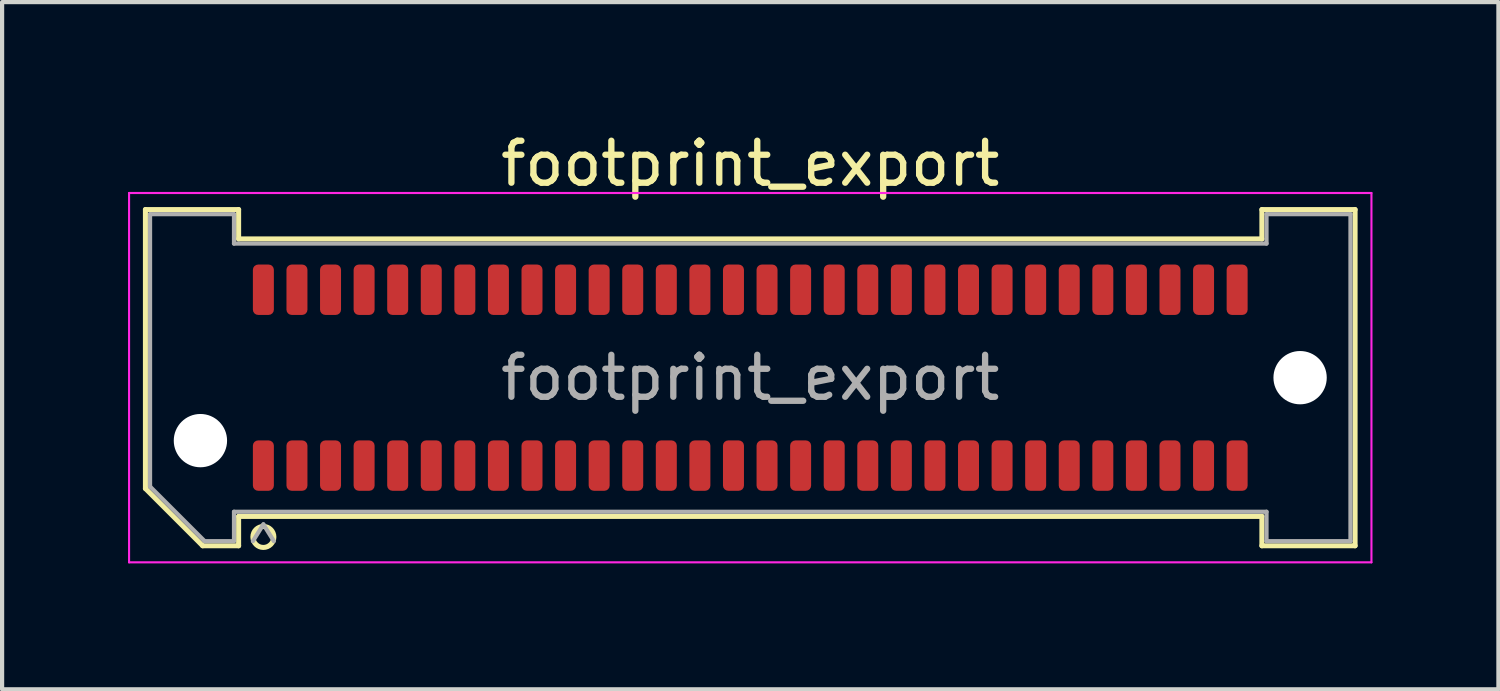
<source format=kicad_pcb>
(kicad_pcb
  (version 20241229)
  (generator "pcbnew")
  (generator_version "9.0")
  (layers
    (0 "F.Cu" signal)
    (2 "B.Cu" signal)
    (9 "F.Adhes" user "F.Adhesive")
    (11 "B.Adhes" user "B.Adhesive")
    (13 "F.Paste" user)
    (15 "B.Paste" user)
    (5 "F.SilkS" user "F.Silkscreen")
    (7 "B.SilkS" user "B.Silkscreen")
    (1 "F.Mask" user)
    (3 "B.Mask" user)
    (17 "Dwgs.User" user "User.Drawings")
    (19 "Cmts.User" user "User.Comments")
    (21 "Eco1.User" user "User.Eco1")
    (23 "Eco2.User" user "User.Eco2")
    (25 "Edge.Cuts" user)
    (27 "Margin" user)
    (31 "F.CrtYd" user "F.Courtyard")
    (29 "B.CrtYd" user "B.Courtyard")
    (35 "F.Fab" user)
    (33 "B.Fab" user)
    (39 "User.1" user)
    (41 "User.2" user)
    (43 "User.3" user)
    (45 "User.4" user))
  (footprint "footprint_export"
    (layer "F.Cu")
    (at 14.825 5.948)
    (property "Reference" "footprint_export" (at 0 -5.1 0) (layer "F.SilkS") (effects (font (size 1 1) (thickness 0.15))))
    (attr smd)
    (fp_line (start -14.41 -4.005) (end -12.19 -4.005) (stroke (width 0.12) (type solid)) (layer "F.SilkS"))
    (fp_line (start -14.41 2.641) (end -14.41 -4.005) (stroke (width 0.12) (type solid)) (layer "F.SilkS"))
    (fp_line (start -13.046 4.005) (end -14.41 2.641) (stroke (width 0.12) (type solid)) (layer "F.SilkS"))
    (fp_line (start -12.19 -4.005) (end -12.19 -3.305) (stroke (width 0.12) (type solid)) (layer "F.SilkS"))
    (fp_line (start -12.19 -3.305) (end 12.19 -3.305) (stroke (width 0.12) (type solid)) (layer "F.SilkS"))
    (fp_line (start -12.19 3.305) (end -12.19 4.005) (stroke (width 0.12) (type solid)) (layer "F.SilkS"))
    (fp_line (start -12.19 4.005) (end -13.046 4.005) (stroke (width 0.12) (type solid)) (layer "F.SilkS"))
    (fp_line (start 12.19 -4.005) (end 14.41 -4.005) (stroke (width 0.12) (type solid)) (layer "F.SilkS"))
    (fp_line (start 12.19 -3.305) (end 12.19 -4.005) (stroke (width 0.12) (type solid)) (layer "F.SilkS"))
    (fp_line (start 12.19 3.305) (end -12.19 3.305) (stroke (width 0.12) (type solid)) (layer "F.SilkS"))
    (fp_line (start 12.19 4.005) (end 12.19 3.305) (stroke (width 0.12) (type solid)) (layer "F.SilkS"))
    (fp_line (start 14.41 -4.005) (end 14.41 4.005) (stroke (width 0.12) (type solid)) (layer "F.SilkS"))
    (fp_line (start 14.41 4.005) (end 12.19 4.005) (stroke (width 0.12) (type solid)) (layer "F.SilkS"))
    (fp_arc (start -11.35 3.795) (mid -11.85 3.795) (end -11.35 3.795) (stroke (width 0.12) (type solid)) (layer "F.SilkS"))
    (fp_line (start -14.8 -4.4) (end -14.8 4.4) (stroke (width 0.05) (type solid)) (layer "F.CrtYd"))
    (fp_line (start -14.8 4.4) (end 14.8 4.4) (stroke (width 0.05) (type solid)) (layer "F.CrtYd"))
    (fp_line (start 14.8 -4.4) (end -14.8 -4.4) (stroke (width 0.05) (type solid)) (layer "F.CrtYd"))
    (fp_line (start 14.8 4.4) (end 14.8 -4.4) (stroke (width 0.05) (type solid)) (layer "F.CrtYd"))
    (fp_line (start -14.3 -3.895) (end -12.3 -3.895) (stroke (width 0.1) (type solid)) (layer "F.Fab"))
    (fp_line (start -14.3 2.595) (end -14.3 -3.895) (stroke (width 0.1) (type solid)) (layer "F.Fab"))
    (fp_line (start -13 3.895) (end -14.3 2.595) (stroke (width 0.1) (type solid)) (layer "F.Fab"))
    (fp_line (start -12.3 -3.895) (end -12.3 -3.195) (stroke (width 0.1) (type solid)) (layer "F.Fab"))
    (fp_line (start -12.3 -3.195) (end 12.3 -3.195) (stroke (width 0.1) (type solid)) (layer "F.Fab"))
    (fp_line (start -12.3 3.195) (end -12.3 3.895) (stroke (width 0.1) (type solid)) (layer "F.Fab"))
    (fp_line (start -12.3 3.895) (end -13 3.895) (stroke (width 0.1) (type solid)) (layer "F.Fab"))
    (fp_line (start -11.6 3.495) (end -11.85 3.895) (stroke (width 0.1) (type solid)) (layer "F.Fab"))
    (fp_line (start -11.6 3.495) (end -11.35 3.895) (stroke (width 0.1) (type solid)) (layer "F.Fab"))
    (fp_line (start 12.3 -3.895) (end 14.3 -3.895) (stroke (width 0.1) (type solid)) (layer "F.Fab"))
    (fp_line (start 12.3 -3.195) (end 12.3 -3.895) (stroke (width 0.1) (type solid)) (layer "F.Fab"))
    (fp_line (start 12.3 3.195) (end -12.3 3.195) (stroke (width 0.1) (type solid)) (layer "F.Fab"))
    (fp_line (start 12.3 3.895) (end 12.3 3.195) (stroke (width 0.1) (type solid)) (layer "F.Fab"))
    (fp_line (start 14.3 -3.895) (end 14.3 3.895) (stroke (width 0.1) (type solid)) (layer "F.Fab"))
    (fp_line (start 14.3 3.895) (end 12.3 3.895) (stroke (width 0.1) (type solid)) (layer "F.Fab"))
    (fp_text user "${REFERENCE}" (at 0 0 0) (layer "F.Fab") (effects (font (size 1 1) (thickness 0.15))))
    (pad "" np_thru_hole circle (at -13.1 1.5) (size 1.27 1.27) (drill 1.27) (layers "*.Cu" "*.Mask"))
    (pad "" np_thru_hole circle (at 13.1 0) (size 1.27 1.27) (drill 1.27) (layers "*.Cu" "*.Mask"))
    (pad "1" smd roundrect (at -11.6 2.095) (size 0.5 1.2) (layers "F.Cu" "F.Mask" "F.Paste") (roundrect_rratio 0.25))
    (pad "2" smd roundrect (at -11.6 -2.095) (size 0.5 1.2) (layers "F.Cu" "F.Mask" "F.Paste") (roundrect_rratio 0.25))
    (pad "3" smd roundrect (at -10.8 2.095) (size 0.5 1.2) (layers "F.Cu" "F.Mask" "F.Paste") (roundrect_rratio 0.25))
    (pad "4" smd roundrect (at -10.8 -2.095) (size 0.5 1.2) (layers "F.Cu" "F.Mask" "F.Paste") (roundrect_rratio 0.25))
    (pad "5" smd roundrect (at -10 2.095) (size 0.5 1.2) (layers "F.Cu" "F.Mask" "F.Paste") (roundrect_rratio 0.25))
    (pad "6" smd roundrect (at -10 -2.095) (size 0.5 1.2) (layers "F.Cu" "F.Mask" "F.Paste") (roundrect_rratio 0.25))
    (pad "7" smd roundrect (at -9.2 2.095) (size 0.5 1.2) (layers "F.Cu" "F.Mask" "F.Paste") (roundrect_rratio 0.25))
    (pad "8" smd roundrect (at -9.2 -2.095) (size 0.5 1.2) (layers "F.Cu" "F.Mask" "F.Paste") (roundrect_rratio 0.25))
    (pad "9" smd roundrect (at -8.4 2.095) (size 0.5 1.2) (layers "F.Cu" "F.Mask" "F.Paste") (roundrect_rratio 0.25))
    (pad "10" smd roundrect (at -8.4 -2.095) (size 0.5 1.2) (layers "F.Cu" "F.Mask" "F.Paste") (roundrect_rratio 0.25))
    (pad "11" smd roundrect (at -7.6 2.095) (size 0.5 1.2) (layers "F.Cu" "F.Mask" "F.Paste") (roundrect_rratio 0.25))
    (pad "12" smd roundrect (at -7.6 -2.095) (size 0.5 1.2) (layers "F.Cu" "F.Mask" "F.Paste") (roundrect_rratio 0.25))
    (pad "13" smd roundrect (at -6.8 2.095) (size 0.5 1.2) (layers "F.Cu" "F.Mask" "F.Paste") (roundrect_rratio 0.25))
    (pad "14" smd roundrect (at -6.8 -2.095) (size 0.5 1.2) (layers "F.Cu" "F.Mask" "F.Paste") (roundrect_rratio 0.25))
    (pad "15" smd roundrect (at -6 2.095) (size 0.5 1.2) (layers "F.Cu" "F.Mask" "F.Paste") (roundrect_rratio 0.25))
    (pad "16" smd roundrect (at -6 -2.095) (size 0.5 1.2) (layers "F.Cu" "F.Mask" "F.Paste") (roundrect_rratio 0.25))
    (pad "17" smd roundrect (at -5.2 2.095) (size 0.5 1.2) (layers "F.Cu" "F.Mask" "F.Paste") (roundrect_rratio 0.25))
    (pad "18" smd roundrect (at -5.2 -2.095) (size 0.5 1.2) (layers "F.Cu" "F.Mask" "F.Paste") (roundrect_rratio 0.25))
    (pad "19" smd roundrect (at -4.4 2.095) (size 0.5 1.2) (layers "F.Cu" "F.Mask" "F.Paste") (roundrect_rratio 0.25))
    (pad "20" smd roundrect (at -4.4 -2.095) (size 0.5 1.2) (layers "F.Cu" "F.Mask" "F.Paste") (roundrect_rratio 0.25))
    (pad "21" smd roundrect (at -3.6 2.095) (size 0.5 1.2) (layers "F.Cu" "F.Mask" "F.Paste") (roundrect_rratio 0.25))
    (pad "22" smd roundrect (at -3.6 -2.095) (size 0.5 1.2) (layers "F.Cu" "F.Mask" "F.Paste") (roundrect_rratio 0.25))
    (pad "23" smd roundrect (at -2.8 2.095) (size 0.5 1.2) (layers "F.Cu" "F.Mask" "F.Paste") (roundrect_rratio 0.25))
    (pad "24" smd roundrect (at -2.8 -2.095) (size 0.5 1.2) (layers "F.Cu" "F.Mask" "F.Paste") (roundrect_rratio 0.25))
    (pad "25" smd roundrect (at -2 2.095) (size 0.5 1.2) (layers "F.Cu" "F.Mask" "F.Paste") (roundrect_rratio 0.25))
    (pad "26" smd roundrect (at -2 -2.095) (size 0.5 1.2) (layers "F.Cu" "F.Mask" "F.Paste") (roundrect_rratio 0.25))
    (pad "27" smd roundrect (at -1.2 2.095) (size 0.5 1.2) (layers "F.Cu" "F.Mask" "F.Paste") (roundrect_rratio 0.25))
    (pad "28" smd roundrect (at -1.2 -2.095) (size 0.5 1.2) (layers "F.Cu" "F.Mask" "F.Paste") (roundrect_rratio 0.25))
    (pad "29" smd roundrect (at -0.4 2.095) (size 0.5 1.2) (layers "F.Cu" "F.Mask" "F.Paste") (roundrect_rratio 0.25))
    (pad "30" smd roundrect (at -0.4 -2.095) (size 0.5 1.2) (layers "F.Cu" "F.Mask" "F.Paste") (roundrect_rratio 0.25))
    (pad "31" smd roundrect (at 0.4 2.095) (size 0.5 1.2) (layers "F.Cu" "F.Mask" "F.Paste") (roundrect_rratio 0.25))
    (pad "32" smd roundrect (at 0.4 -2.095) (size 0.5 1.2) (layers "F.Cu" "F.Mask" "F.Paste") (roundrect_rratio 0.25))
    (pad "33" smd roundrect (at 1.2 2.095) (size 0.5 1.2) (layers "F.Cu" "F.Mask" "F.Paste") (roundrect_rratio 0.25))
    (pad "34" smd roundrect (at 1.2 -2.095) (size 0.5 1.2) (layers "F.Cu" "F.Mask" "F.Paste") (roundrect_rratio 0.25))
    (pad "35" smd roundrect (at 2 2.095) (size 0.5 1.2) (layers "F.Cu" "F.Mask" "F.Paste") (roundrect_rratio 0.25))
    (pad "36" smd roundrect (at 2 -2.095) (size 0.5 1.2) (layers "F.Cu" "F.Mask" "F.Paste") (roundrect_rratio 0.25))
    (pad "37" smd roundrect (at 2.8 2.095) (size 0.5 1.2) (layers "F.Cu" "F.Mask" "F.Paste") (roundrect_rratio 0.25))
    (pad "38" smd roundrect (at 2.8 -2.095) (size 0.5 1.2) (layers "F.Cu" "F.Mask" "F.Paste") (roundrect_rratio 0.25))
    (pad "39" smd roundrect (at 3.6 2.095) (size 0.5 1.2) (layers "F.Cu" "F.Mask" "F.Paste") (roundrect_rratio 0.25))
    (pad "40" smd roundrect (at 3.6 -2.095) (size 0.5 1.2) (layers "F.Cu" "F.Mask" "F.Paste") (roundrect_rratio 0.25))
    (pad "41" smd roundrect (at 4.4 2.095) (size 0.5 1.2) (layers "F.Cu" "F.Mask" "F.Paste") (roundrect_rratio 0.25))
    (pad "42" smd roundrect (at 4.4 -2.095) (size 0.5 1.2) (layers "F.Cu" "F.Mask" "F.Paste") (roundrect_rratio 0.25))
    (pad "43" smd roundrect (at 5.2 2.095) (size 0.5 1.2) (layers "F.Cu" "F.Mask" "F.Paste") (roundrect_rratio 0.25))
    (pad "44" smd roundrect (at 5.2 -2.095) (size 0.5 1.2) (layers "F.Cu" "F.Mask" "F.Paste") (roundrect_rratio 0.25))
    (pad "45" smd roundrect (at 6 2.095) (size 0.5 1.2) (layers "F.Cu" "F.Mask" "F.Paste") (roundrect_rratio 0.25))
    (pad "46" smd roundrect (at 6 -2.095) (size 0.5 1.2) (layers "F.Cu" "F.Mask" "F.Paste") (roundrect_rratio 0.25))
    (pad "47" smd roundrect (at 6.8 2.095) (size 0.5 1.2) (layers "F.Cu" "F.Mask" "F.Paste") (roundrect_rratio 0.25))
    (pad "48" smd roundrect (at 6.8 -2.095) (size 0.5 1.2) (layers "F.Cu" "F.Mask" "F.Paste") (roundrect_rratio 0.25))
    (pad "49" smd roundrect (at 7.6 2.095) (size 0.5 1.2) (layers "F.Cu" "F.Mask" "F.Paste") (roundrect_rratio 0.25))
    (pad "50" smd roundrect (at 7.6 -2.095) (size 0.5 1.2) (layers "F.Cu" "F.Mask" "F.Paste") (roundrect_rratio 0.25))
    (pad "51" smd roundrect (at 8.4 2.095) (size 0.5 1.2) (layers "F.Cu" "F.Mask" "F.Paste") (roundrect_rratio 0.25))
    (pad "52" smd roundrect (at 8.4 -2.095) (size 0.5 1.2) (layers "F.Cu" "F.Mask" "F.Paste") (roundrect_rratio 0.25))
    (pad "53" smd roundrect (at 9.2 2.095) (size 0.5 1.2) (layers "F.Cu" "F.Mask" "F.Paste") (roundrect_rratio 0.25))
    (pad "54" smd roundrect (at 9.2 -2.095) (size 0.5 1.2) (layers "F.Cu" "F.Mask" "F.Paste") (roundrect_rratio 0.25))
    (pad "55" smd roundrect (at 10 2.095) (size 0.5 1.2) (layers "F.Cu" "F.Mask" "F.Paste") (roundrect_rratio 0.25))
    (pad "56" smd roundrect (at 10 -2.095) (size 0.5 1.2) (layers "F.Cu" "F.Mask" "F.Paste") (roundrect_rratio 0.25))
    (pad "57" smd roundrect (at 10.8 2.095) (size 0.5 1.2) (layers "F.Cu" "F.Mask" "F.Paste") (roundrect_rratio 0.25))
    (pad "58" smd roundrect (at 10.8 -2.095) (size 0.5 1.2) (layers "F.Cu" "F.Mask" "F.Paste") (roundrect_rratio 0.25))
    (pad "59" smd roundrect (at 11.6 2.095) (size 0.5 1.2) (layers "F.Cu" "F.Mask" "F.Paste") (roundrect_rratio 0.25))
    (pad "60" smd roundrect (at 11.6 -2.095) (size 0.5 1.2) (layers "F.Cu" "F.Mask" "F.Paste") (roundrect_rratio 0.25)))
  (gr_rect
    (start -3 -3)
    (end 32.65 13.373)
    (stroke (width 0.1) (type default))
    (fill no)
    (layer "Edge.Cuts")))
</source>
